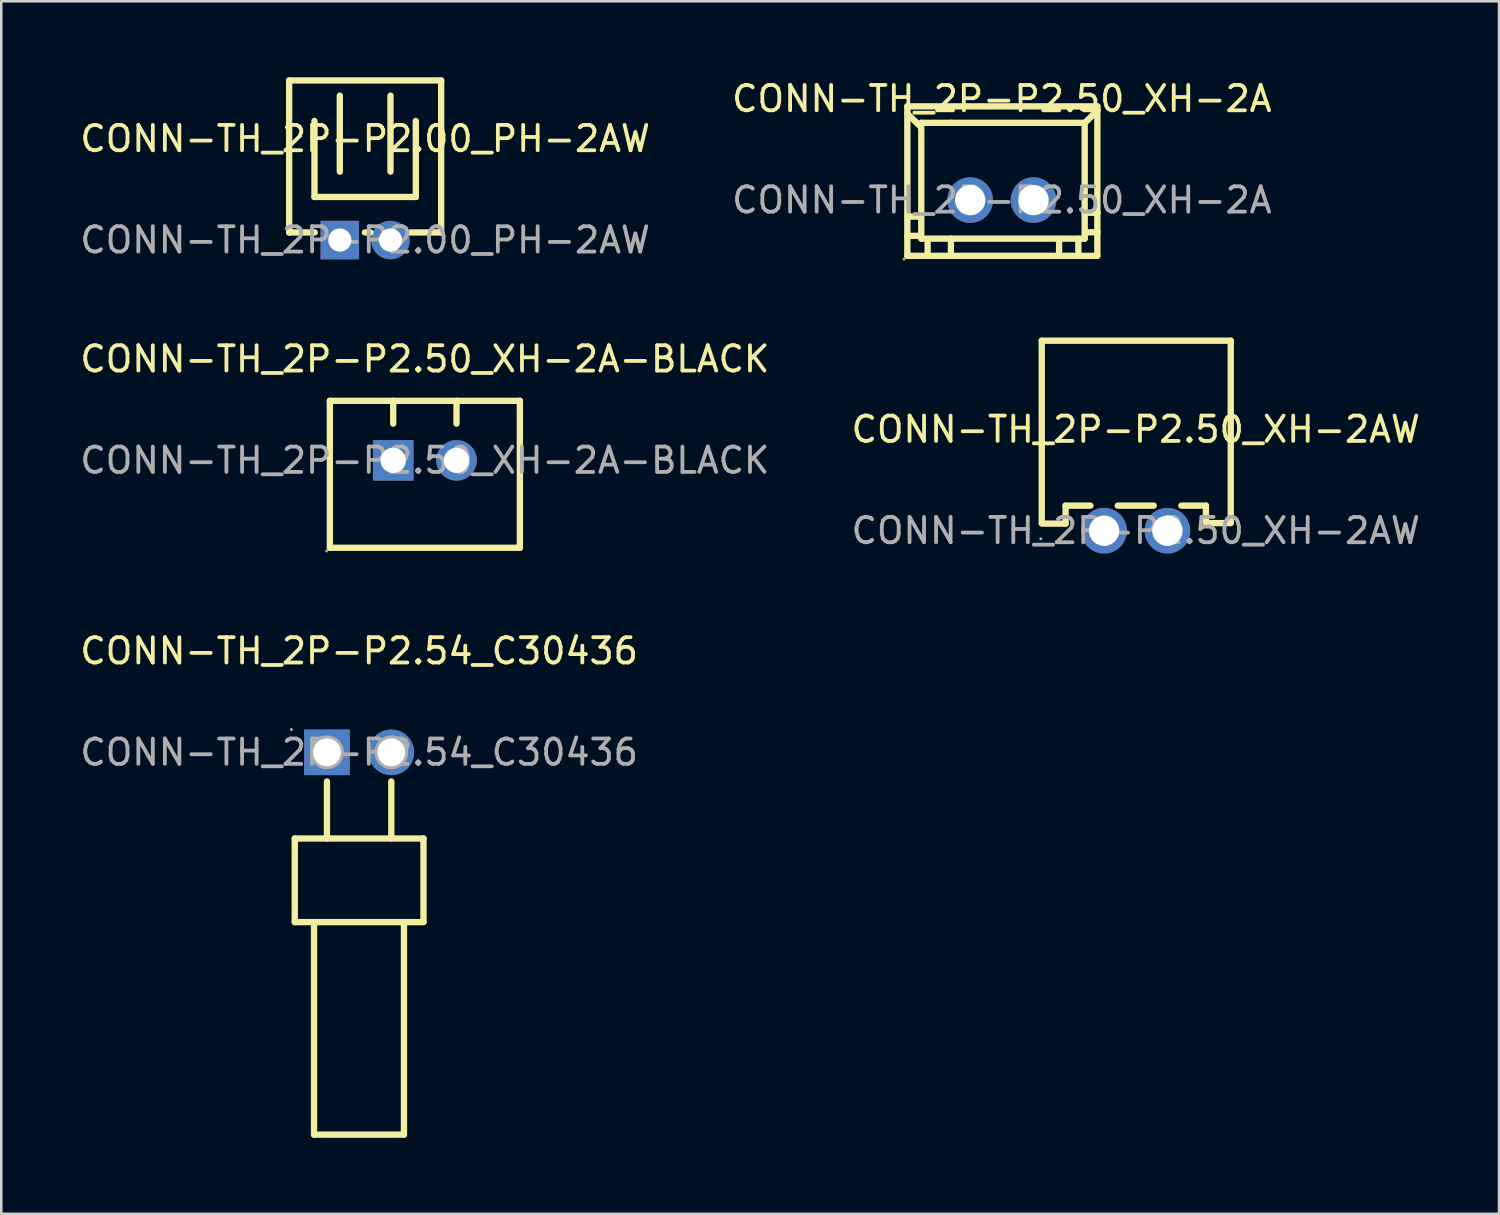
<source format=kicad_pcb>
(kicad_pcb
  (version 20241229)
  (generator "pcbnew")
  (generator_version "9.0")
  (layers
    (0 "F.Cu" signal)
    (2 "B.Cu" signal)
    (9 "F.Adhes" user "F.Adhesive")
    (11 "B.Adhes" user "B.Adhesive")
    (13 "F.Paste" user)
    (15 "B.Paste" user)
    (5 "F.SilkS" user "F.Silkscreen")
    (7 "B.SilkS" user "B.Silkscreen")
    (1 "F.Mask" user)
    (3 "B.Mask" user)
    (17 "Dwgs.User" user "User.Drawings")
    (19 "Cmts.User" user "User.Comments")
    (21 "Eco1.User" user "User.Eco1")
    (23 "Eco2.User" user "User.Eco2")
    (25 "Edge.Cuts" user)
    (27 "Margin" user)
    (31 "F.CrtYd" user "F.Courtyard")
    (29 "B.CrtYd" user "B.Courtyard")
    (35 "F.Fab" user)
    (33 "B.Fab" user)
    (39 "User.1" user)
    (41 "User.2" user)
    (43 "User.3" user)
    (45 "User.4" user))
  (footprint "CONN-TH_2P-P2.50_XH-2A"
    (layer "F.Cu")
    (at 36.494 4.848)
    (property "Reference" "CONN-TH_2P-P2.50_XH-2A" (at 0 -4 0) (layer "F.SilkS") (effects (font (size 1 1) (thickness 0.15))))
    (attr through_hole)
    (fp_line (start -3.73 -3.7) (end -3.73 2.2) (stroke (width 0.25) (type solid)) (layer "F.SilkS"))
    (fp_line (start -3.73 -3.7) (end 3.77 -3.7) (stroke (width 0.25) (type solid)) (layer "F.SilkS"))
    (fp_line (start -3.73 -3.41) (end -3.22 -2.91) (stroke (width 0.25) (type solid)) (layer "F.SilkS"))
    (fp_line (start -3.73 0.65) (end -3.22 0.65) (stroke (width 0.25) (type solid)) (layer "F.SilkS"))
    (fp_line (start -3.73 1.41) (end -3.22 1.41) (stroke (width 0.25) (type solid)) (layer "F.SilkS"))
    (fp_line (start -3.73 2.2) (end 3.77 2.2) (stroke (width 0.25) (type solid)) (layer "F.SilkS"))
    (fp_line (start -3.18 -3.05) (end -2.01 -3.05) (stroke (width 0.25) (type solid)) (layer "F.SilkS"))
    (fp_line (start -3.18 1.52) (end -3.18 -3.05) (stroke (width 0.25) (type solid)) (layer "F.SilkS"))
    (fp_line (start -2.93 2.18) (end -2.93 1.68) (stroke (width 0.25) (type solid)) (layer "F.SilkS"))
    (fp_line (start -2.01 -3.05) (end 3.27 -3.05) (stroke (width 0.25) (type solid)) (layer "F.SilkS"))
    (fp_line (start -2.01 2.03) (end -2.01 1.52) (stroke (width 0.25) (type solid)) (layer "F.SilkS"))
    (fp_line (start 2.26 1.53) (end 2.26 2.03) (stroke (width 0.25) (type solid)) (layer "F.SilkS"))
    (fp_line (start 3.02 1.53) (end 3.02 2.03) (stroke (width 0.25) (type solid)) (layer "F.SilkS"))
    (fp_line (start 3.27 -3.05) (end 3.27 1.52) (stroke (width 0.25) (type solid)) (layer "F.SilkS"))
    (fp_line (start 3.27 0.5) (end 3.78 0.5) (stroke (width 0.25) (type solid)) (layer "F.SilkS"))
    (fp_line (start 3.27 1.52) (end -3.18 1.52) (stroke (width 0.25) (type solid)) (layer "F.SilkS"))
    (fp_line (start 3.28 -3.05) (end 3.78 -3.55) (stroke (width 0.25) (type solid)) (layer "F.SilkS"))
    (fp_line (start 3.28 1.27) (end 3.78 1.27) (stroke (width 0.25) (type solid)) (layer "F.SilkS"))
    (fp_line (start 3.77 -3.7) (end 3.77 2.2) (stroke (width 0.25) (type solid)) (layer "F.SilkS"))
    (fp_circle (center -3.86 2.33) (end -3.83 2.33) (stroke (width 0.06) (type solid)) (fill no) (layer "F.Fab"))
    (fp_circle (center -1.25 0) (end -1 0) (stroke (width 0.5) (type solid)) (fill no) (layer "F.Fab"))
    (fp_circle (center 1.25 0) (end 1.5 0) (stroke (width 0.5) (type solid)) (fill no) (layer "F.Fab"))
    (fp_text user "${REFERENCE}" (at 0 0 0) (layer "F.Fab") (effects (font (size 1 1) (thickness 0.15))))
    (pad "1" thru_hole circle (at -1.25 0) (size 1.8 1.8) (drill 1.2) (layers "*.Cu" "*.Paste" "*.Mask"))
    (pad "2" thru_hole circle (at 1.25 0) (size 1.8 1.8) (drill 1.2) (layers "*.Cu" "*.Paste" "*.Mask")))
  (footprint "CONN-TH_2P-P2.50_XH-2A-BLACK"
    (layer "F.Cu")
    (at 13.72 15.121)
    (property "Reference" "CONN-TH_2P-P2.50_XH-2A-BLACK" (at 0 -4 0) (layer "F.SilkS") (effects (font (size 1 1) (thickness 0.15))))
    (attr through_hole)
    (fp_line (start -3.75 -2.35) (end -3.75 3.45) (stroke (width 0.25) (type solid)) (layer "F.SilkS"))
    (fp_line (start -3.75 3.45) (end 3.75 3.45) (stroke (width 0.25) (type solid)) (layer "F.SilkS"))
    (fp_line (start -1.25 -1.45) (end -1.25 -2.35) (stroke (width 0.25) (type solid)) (layer "F.SilkS"))
    (fp_line (start 1.25 -1.45) (end 1.25 -2.35) (stroke (width 0.25) (type solid)) (layer "F.SilkS"))
    (fp_line (start 3.75 -2.35) (end -3.75 -2.35) (stroke (width 0.25) (type solid)) (layer "F.SilkS"))
    (fp_line (start 3.75 -2.35) (end 3.75 3.45) (stroke (width 0.25) (type solid)) (layer "F.SilkS"))
    (fp_circle (center -3.88 3.58) (end -3.85 3.58) (stroke (width 0.06) (type solid)) (fill no) (layer "F.Fab"))
    (fp_circle (center -1.25 0) (end -1.05 0) (stroke (width 0.4) (type solid)) (fill no) (layer "F.Fab"))
    (fp_circle (center 1.25 0) (end 1.45 0) (stroke (width 0.4) (type solid)) (fill no) (layer "F.Fab"))
    (fp_text user "${REFERENCE}" (at 0 0 0) (layer "F.Fab") (effects (font (size 1 1) (thickness 0.15))))
    (pad "1" thru_hole rect (at -1.25 0 180) (size 1.6 1.6) (drill 1) (layers "*.Cu" "*.Paste" "*.Mask"))
    (pad "2" thru_hole circle (at 1.25 0 180) (size 1.6 1.6) (drill 1) (layers "*.Cu" "*.Paste" "*.Mask")))
  (footprint "CONN-TH_2P-P2.00_PH-2AW"
    (layer "F.Cu")
    (at 11.363 6.425)
    (property "Reference" "CONN-TH_2P-P2.00_PH-2AW" (at 0 -4 0) (layer "F.SilkS") (effects (font (size 1 1) (thickness 0.15))))
    (attr through_hole)
    (fp_line (start -3 -6.3) (end 3 -6.3) (stroke (width 0.25) (type solid)) (layer "F.SilkS"))
    (fp_line (start -3 -0.3) (end -3 -6.3) (stroke (width 0.25) (type solid)) (layer "F.SilkS"))
    (fp_line (start -3 -0.3) (end -1.99 -0.3) (stroke (width 0.25) (type solid)) (layer "F.SilkS"))
    (fp_line (start -2 -4.7) (end -2 -1.7) (stroke (width 0.25) (type solid)) (layer "F.SilkS"))
    (fp_line (start -2 -1.7) (end 2 -1.7) (stroke (width 0.25) (type solid)) (layer "F.SilkS"))
    (fp_line (start -1 -2.7) (end -1 -5.7) (stroke (width 0.25) (type solid)) (layer "F.SilkS"))
    (fp_line (start -0.01 -0.3) (end 0.21 -0.3) (stroke (width 0.25) (type solid)) (layer "F.SilkS"))
    (fp_line (start 1 -5.7) (end 1 -2.7) (stroke (width 0.25) (type solid)) (layer "F.SilkS"))
    (fp_line (start 1.79 -0.3) (end 3 -0.3) (stroke (width 0.25) (type solid)) (layer "F.SilkS"))
    (fp_line (start 2 -1.7) (end 2 -4.7) (stroke (width 0.25) (type solid)) (layer "F.SilkS"))
    (fp_line (start 3 -0.3) (end 3 -6.3) (stroke (width 0.25) (type solid)) (layer "F.SilkS"))
    (fp_circle (center -2.95 0.25) (end -2.92 0.25) (stroke (width 0.06) (type solid)) (fill no) (layer "F.Fab"))
    (fp_text user "${REFERENCE}" (at 0 0 0) (layer "F.Fab") (effects (font (size 1 1) (thickness 0.15))))
    (pad "1" thru_hole rect (at -1 0) (size 1.52 1.52) (drill 0.914) (layers "*.Cu" "*.Paste" "*.Mask"))
    (pad "2" thru_hole circle (at 1 0) (size 1.52 1.52) (drill 0.914) (layers "*.Cu" "*.Paste" "*.Mask")))
  (footprint "CONN-TH_2P-P2.54_C30436"
    (layer "F.Cu")
    (at 11.125 26.646)
    (property "Reference" "CONN-TH_2P-P2.54_C30436" (at 0 -4 0) (layer "F.SilkS") (effects (font (size 1 1) (thickness 0.15))))
    (attr through_hole)
    (fp_line (start -2.54 3.4) (end -2.54 6.7) (stroke (width 0.25) (type solid)) (layer "F.SilkS"))
    (fp_line (start -2.54 3.4) (end 2.54 3.4) (stroke (width 0.25) (type solid)) (layer "F.SilkS"))
    (fp_line (start -2.54 6.7) (end 2.54 6.7) (stroke (width 0.25) (type solid)) (layer "F.SilkS"))
    (fp_line (start -1.78 6.7) (end -1.78 15.09) (stroke (width 0.25) (type solid)) (layer "F.SilkS"))
    (fp_line (start -1.78 15.09) (end 1.77 15.09) (stroke (width 0.25) (type solid)) (layer "F.SilkS"))
    (fp_line (start -1.27 1.15) (end -1.27 3.4) (stroke (width 0.25) (type solid)) (layer "F.SilkS"))
    (fp_line (start 1.27 1.15) (end 1.27 3.4) (stroke (width 0.25) (type solid)) (layer "F.SilkS"))
    (fp_line (start 1.77 15.09) (end 1.77 6.7) (stroke (width 0.25) (type solid)) (layer "F.SilkS"))
    (fp_line (start 2.54 3.4) (end 2.54 6.7) (stroke (width 0.25) (type solid)) (layer "F.SilkS"))
    (fp_circle (center -2.67 -0.9) (end -2.64 -0.9) (stroke (width 0.06) (type solid)) (fill no) (layer "F.Fab"))
    (fp_circle (center -1.27 0) (end -1.05 0) (stroke (width 0.45) (type solid)) (fill no) (layer "F.Fab"))
    (fp_circle (center 1.27 0) (end 1.49 0) (stroke (width 0.45) (type solid)) (fill no) (layer "F.Fab"))
    (fp_text user "${REFERENCE}" (at 0 0 0) (layer "F.Fab") (effects (font (size 1 1) (thickness 0.15))))
    (pad "1" thru_hole rect (at -1.27 0) (size 1.8 1.8) (drill 1.1) (layers "*.Cu" "*.Paste" "*.Mask"))
    (pad "2" thru_hole circle (at 1.27 0) (size 1.8 1.8) (drill 1.1) (layers "*.Cu" "*.Paste" "*.Mask")))
  (footprint "CONN-TH_2P-P2.50_XH-2AW"
    (layer "F.Cu")
    (at 41.78 17.898)
    (property "Reference" "CONN-TH_2P-P2.50_XH-2AW" (at 0 -4 0) (layer "F.SilkS") (effects (font (size 1 1) (thickness 0.15))))
    (attr through_hole)
    (fp_line (start -3.71 -7.5) (end 3.75 -7.5) (stroke (width 0.25) (type solid)) (layer "F.SilkS"))
    (fp_line (start -3.71 -0.33) (end -3.71 -7.5) (stroke (width 0.25) (type solid)) (layer "F.SilkS"))
    (fp_line (start -3.71 -0.28) (end -2.77 -0.28) (stroke (width 0.25) (type solid)) (layer "F.SilkS"))
    (fp_line (start -2.77 -0.99) (end -1.79 -0.99) (stroke (width 0.25) (type solid)) (layer "F.SilkS"))
    (fp_line (start -2.77 -0.28) (end -2.77 -0.99) (stroke (width 0.25) (type solid)) (layer "F.SilkS"))
    (fp_line (start -0.71 -0.99) (end 0.71 -0.99) (stroke (width 0.25) (type solid)) (layer "F.SilkS"))
    (fp_line (start 1.8 -0.99) (end 2.77 -0.99) (stroke (width 0.25) (type solid)) (layer "F.SilkS"))
    (fp_line (start 2.77 -0.99) (end 2.77 -0.3) (stroke (width 0.25) (type solid)) (layer "F.SilkS"))
    (fp_line (start 2.77 -0.3) (end 3.75 -0.3) (stroke (width 0.25) (type solid)) (layer "F.SilkS"))
    (fp_line (start 3.75 -0.33) (end 3.75 -7.5) (stroke (width 0.25) (type solid)) (layer "F.SilkS"))
    (fp_circle (center -3.75 0.32) (end -3.72 0.32) (stroke (width 0.06) (type solid)) (fill no) (layer "F.Fab"))
    (fp_text user "${REFERENCE}" (at 0 0 0) (layer "F.Fab") (effects (font (size 1 1) (thickness 0.15))))
    (pad "1" thru_hole circle (at -1.25 0) (size 1.8 1.8) (drill 1.199) (layers "*.Cu" "*.Paste" "*.Mask"))
    (pad "2" thru_hole circle (at 1.25 0) (size 1.8 1.8) (drill 1.199) (layers "*.Cu" "*.Paste" "*.Mask")))
  (gr_rect
    (start -3 -3)
    (end 56.119 44.861)
    (stroke (width 0.1) (type default))
    (fill no)
    (layer "Edge.Cuts")))
</source>
